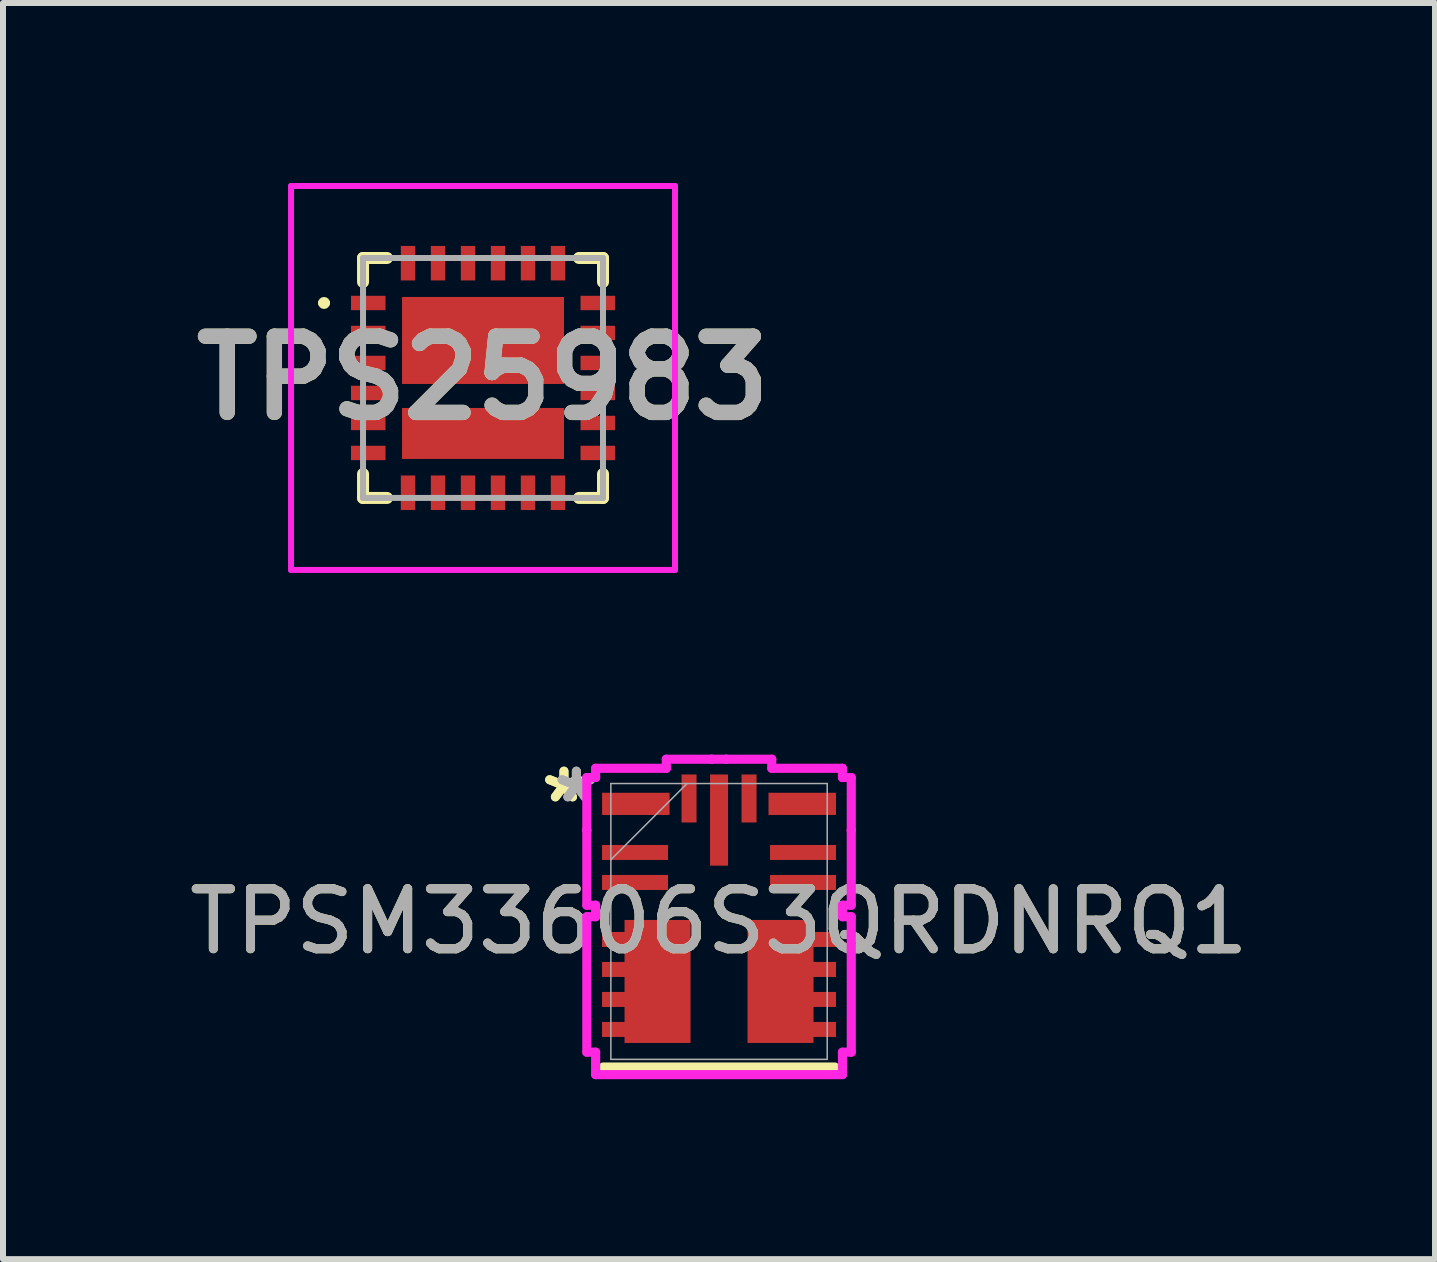
<source format=kicad_pcb>
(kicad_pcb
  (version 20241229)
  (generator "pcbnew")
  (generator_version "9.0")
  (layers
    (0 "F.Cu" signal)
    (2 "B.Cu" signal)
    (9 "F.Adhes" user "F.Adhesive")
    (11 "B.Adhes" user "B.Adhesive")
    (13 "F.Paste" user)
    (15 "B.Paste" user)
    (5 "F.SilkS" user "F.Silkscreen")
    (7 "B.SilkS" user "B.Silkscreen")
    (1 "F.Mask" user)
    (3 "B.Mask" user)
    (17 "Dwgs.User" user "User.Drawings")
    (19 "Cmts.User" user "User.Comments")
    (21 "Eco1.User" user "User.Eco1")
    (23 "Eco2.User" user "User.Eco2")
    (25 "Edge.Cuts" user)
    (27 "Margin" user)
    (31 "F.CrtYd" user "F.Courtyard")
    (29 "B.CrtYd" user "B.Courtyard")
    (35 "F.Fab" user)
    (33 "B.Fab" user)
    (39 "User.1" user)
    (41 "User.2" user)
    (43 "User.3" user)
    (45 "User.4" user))
  (footprint "TPSM33606S3QRDNRQ1"
    (layer "F.Cu")
    (at 8.935 12.309)
    (property "Reference" "TPSM33606S3QRDNRQ1" (at 0 0 0) (unlocked yes) (layer "F.SilkS") (effects (font (size 1 1) (thickness 0.15))))
    (attr smd)
    (fp_poly (pts (xy -1.95 0.175) (xy -1.95 0.425) (xy -1.575 0.425) (xy -1.575 0.675) (xy -1.95 0.675) (xy -1.95 0.925) (xy -1.575 0.925) (xy -1.575 1.175) (xy -1.95 1.175) (xy -1.95 1.425) (xy -1.575 1.425) (xy -1.575 1.675) (xy -1.95 1.675) (xy -1.95 1.925) (xy -1.575 1.925) (xy -1.575 2.025) (xy -0.475 2.025) (xy -0.475 -0.025) (xy -1.575 -0.025) (xy -1.575 0.175)) (stroke (width 0) (type solid)) (fill yes) (layer "F.Cu"))
    (fp_poly (pts (xy 1.95 0.175) (xy 1.95 0.425) (xy 1.575 0.425) (xy 1.575 0.675) (xy 1.95 0.675) (xy 1.95 0.925) (xy 1.575 0.925) (xy 1.575 1.175) (xy 1.95 1.175) (xy 1.95 1.425) (xy 1.575 1.425) (xy 1.575 1.675) (xy 1.95 1.675) (xy 1.95 1.925) (xy 1.575 1.925) (xy 1.575 2.025) (xy 0.475 2.025) (xy 0.475 -0.025) (xy 1.575 -0.025) (xy 1.575 0.175)) (stroke (width 0) (type solid)) (fill yes) (layer "F.Cu"))
    (fp_poly (pts (xy -1.95 0.175) (xy -1.95 0.425) (xy -1.575 0.425) (xy -1.575 0.675) (xy -1.95 0.675) (xy -1.95 0.925) (xy -1.575 0.925) (xy -1.575 1.175) (xy -1.95 1.175) (xy -1.95 1.425) (xy -1.575 1.425) (xy -1.575 1.675) (xy -1.95 1.675) (xy -1.95 1.925) (xy -1.575 1.925) (xy -1.575 2.025) (xy -0.475 2.025) (xy -0.475 -0.025) (xy -1.575 -0.025) (xy -1.575 0.175)) (stroke (width 0) (type solid)) (fill yes) (layer "F.Mask"))
    (fp_poly (pts (xy 1.95 0.175) (xy 1.95 0.425) (xy 1.575 0.425) (xy 1.575 0.675) (xy 1.95 0.675) (xy 1.95 0.925) (xy 1.575 0.925) (xy 1.575 1.175) (xy 1.95 1.175) (xy 1.95 1.425) (xy 1.575 1.425) (xy 1.575 1.675) (xy 1.95 1.675) (xy 1.95 1.925) (xy 1.575 1.925) (xy 1.575 2.025) (xy 0.475 2.025) (xy 0.475 -0.025) (xy 1.575 -0.025) (xy 1.575 0.175)) (stroke (width 0) (type solid)) (fill yes) (layer "F.Mask"))
    (fp_line (start 1.93 2.426) (end -1.93 2.426) (stroke (width 0.152) (type solid)) (layer "F.SilkS"))
    (fp_poly (pts (xy -1.95 0.175) (xy -1.95 0.425) (xy -1.575 0.425) (xy -1.575 0.675) (xy -1.95 0.675) (xy -1.95 0.925) (xy -1.575 0.925) (xy -1.575 1.175) (xy -1.95 1.175) (xy -1.95 1.425) (xy -1.575 1.425) (xy -1.575 1.675) (xy -1.95 1.675) (xy -1.95 1.925) (xy -1.575 1.925) (xy -1.575 2.025) (xy -0.475 2.025) (xy -0.475 -0.025) (xy -1.575 -0.025) (xy -1.575 0.175)) (stroke (width 0) (type solid)) (fill yes) (layer "F.Paste"))
    (fp_poly (pts (xy 1.95 0.175) (xy 1.95 0.425) (xy 1.575 0.425) (xy 1.575 0.675) (xy 1.95 0.675) (xy 1.95 0.925) (xy 1.575 0.925) (xy 1.575 1.175) (xy 1.95 1.175) (xy 1.95 1.425) (xy 1.575 1.425) (xy 1.575 1.675) (xy 1.95 1.675) (xy 1.95 1.925) (xy 1.575 1.925) (xy 1.575 2.025) (xy 0.475 2.025) (xy 0.475 -0.025) (xy 1.575 -0.025) (xy 1.575 0.175)) (stroke (width 0) (type solid)) (fill yes) (layer "F.Paste"))
    (fp_line (start -2.204 -2.399) (end -2.204 -1.521) (stroke (width 0.152) (type solid)) (layer "F.CrtYd"))
    (fp_line (start -2.204 -1.521) (end -2.204 -1.521) (stroke (width 0.152) (type solid)) (layer "F.CrtYd"))
    (fp_line (start -2.204 -1.521) (end -2.204 -0.271) (stroke (width 0.152) (type solid)) (layer "F.CrtYd"))
    (fp_line (start -2.204 -0.271) (end -2.057 -0.271) (stroke (width 0.152) (type solid)) (layer "F.CrtYd"))
    (fp_line (start -2.204 -0.079) (end -2.204 2.179) (stroke (width 0.152) (type solid)) (layer "F.CrtYd"))
    (fp_line (start -2.204 2.179) (end -2.057 2.179) (stroke (width 0.152) (type solid)) (layer "F.CrtYd"))
    (fp_line (start -2.057 -2.553) (end -2.057 -2.399) (stroke (width 0.152) (type solid)) (layer "F.CrtYd"))
    (fp_line (start -2.057 -2.399) (end -2.204 -2.399) (stroke (width 0.152) (type solid)) (layer "F.CrtYd"))
    (fp_line (start -2.057 -0.271) (end -2.057 -0.079) (stroke (width 0.152) (type solid)) (layer "F.CrtYd"))
    (fp_line (start -2.057 -0.079) (end -2.204 -0.079) (stroke (width 0.152) (type solid)) (layer "F.CrtYd"))
    (fp_line (start -2.057 2.179) (end -2.057 2.553) (stroke (width 0.152) (type solid)) (layer "F.CrtYd"))
    (fp_line (start -2.057 2.553) (end 2.057 2.553) (stroke (width 0.152) (type solid)) (layer "F.CrtYd"))
    (fp_line (start -0.879 -2.704) (end -0.879 -2.553) (stroke (width 0.152) (type solid)) (layer "F.CrtYd"))
    (fp_line (start -0.879 -2.553) (end -2.057 -2.553) (stroke (width 0.152) (type solid)) (layer "F.CrtYd"))
    (fp_line (start -0.121 -2.704) (end -0.879 -2.704) (stroke (width 0.152) (type solid)) (layer "F.CrtYd"))
    (fp_line (start -0.121 -2.704) (end -0.121 -2.704) (stroke (width 0.152) (type solid)) (layer "F.CrtYd"))
    (fp_line (start 0.121 -2.704) (end -0.121 -2.704) (stroke (width 0.152) (type solid)) (layer "F.CrtYd"))
    (fp_line (start 0.121 -2.704) (end 0.121 -2.704) (stroke (width 0.152) (type solid)) (layer "F.CrtYd"))
    (fp_line (start 0.879 -2.704) (end 0.121 -2.704) (stroke (width 0.152) (type solid)) (layer "F.CrtYd"))
    (fp_line (start 0.879 -2.553) (end 0.879 -2.704) (stroke (width 0.152) (type solid)) (layer "F.CrtYd"))
    (fp_line (start 2.057 -2.553) (end 0.879 -2.553) (stroke (width 0.152) (type solid)) (layer "F.CrtYd"))
    (fp_line (start 2.057 -2.399) (end 2.057 -2.553) (stroke (width 0.152) (type solid)) (layer "F.CrtYd"))
    (fp_line (start 2.057 -0.271) (end 2.204 -0.271) (stroke (width 0.152) (type solid)) (layer "F.CrtYd"))
    (fp_line (start 2.057 -0.079) (end 2.057 -0.271) (stroke (width 0.152) (type solid)) (layer "F.CrtYd"))
    (fp_line (start 2.057 2.179) (end 2.204 2.179) (stroke (width 0.152) (type solid)) (layer "F.CrtYd"))
    (fp_line (start 2.057 2.553) (end 2.057 2.179) (stroke (width 0.152) (type solid)) (layer "F.CrtYd"))
    (fp_line (start 2.204 -2.399) (end 2.057 -2.399) (stroke (width 0.152) (type solid)) (layer "F.CrtYd"))
    (fp_line (start 2.204 -1.521) (end 2.204 -2.399) (stroke (width 0.152) (type solid)) (layer "F.CrtYd"))
    (fp_line (start 2.204 -1.521) (end 2.204 -1.521) (stroke (width 0.152) (type solid)) (layer "F.CrtYd"))
    (fp_line (start 2.204 -0.271) (end 2.204 -1.521) (stroke (width 0.152) (type solid)) (layer "F.CrtYd"))
    (fp_line (start 2.204 -0.079) (end 2.057 -0.079) (stroke (width 0.152) (type solid)) (layer "F.CrtYd"))
    (fp_line (start 2.204 2.179) (end 2.204 -0.079) (stroke (width 0.152) (type solid)) (layer "F.CrtYd"))
    (fp_line (start -1.803 -2.299) (end -1.803 2.299) (stroke (width 0.025) (type solid)) (layer "F.Fab"))
    (fp_line (start -1.803 -1.029) (end -0.533 -2.299) (stroke (width 0.025) (type solid)) (layer "F.Fab"))
    (fp_line (start -1.803 2.299) (end 1.803 2.299) (stroke (width 0.025) (type solid)) (layer "F.Fab"))
    (fp_line (start 1.803 -2.299) (end -1.803 -2.299) (stroke (width 0.025) (type solid)) (layer "F.Fab"))
    (fp_line (start 1.803 2.299) (end 1.803 -2.299) (stroke (width 0.025) (type solid)) (layer "F.Fab"))
    (fp_text user "*" (at -2.585 -1.96 0) (unlocked yes) (layer "F.SilkS") (effects (font (size 1 1) (thickness 0.15))))
    (fp_text user "*" (at -2.585 -1.96 0) (layer "F.SilkS") (effects (font (size 1 1) (thickness 0.15))))
    (fp_text user "*" (at -2.378 -1.96 0) (layer "F.Fab") (effects (font (size 1 1) (thickness 0.15))))
    (fp_text user "*" (at -2.378 -1.96 0) (unlocked yes) (layer "F.Fab") (effects (font (size 1 1) (thickness 0.15))))
    (fp_text user "${REFERENCE}" (at 0 0 0) (unlocked yes) (layer "F.Fab") (effects (font (size 1 1) (thickness 0.15))))
    (pad "1" smd rect (at -1.387 -1.96) (size 1.125 0.37) (layers "F.Cu" "F.Mask" "F.Paste"))
    (pad "2" smd rect (at -1.4 -1.15) (size 1.1 0.25) (layers "F.Cu" "F.Mask" "F.Paste"))
    (pad "3" smd rect (at -1.4 -0.65) (size 1.1 0.25) (layers "F.Cu" "F.Mask" "F.Paste"))
    (pad "4" smd rect (at -1.4 1.05) (size 0.127 0.127) (layers "F.Cu" "F.Mask" "F.Paste"))
    (pad "5" smd rect (at 1.4 1.05) (size 0.127 0.127) (layers "F.Cu" "F.Mask" "F.Paste"))
    (pad "6" smd rect (at 1.4 -0.65) (size 1.1 0.25) (layers "F.Cu" "F.Mask" "F.Paste"))
    (pad "7" smd rect (at 1.4 -1.15) (size 1.1 0.25) (layers "F.Cu" "F.Mask" "F.Paste"))
    (pad "8" smd rect (at 1.387 -1.96) (size 1.125 0.37) (layers "F.Cu" "F.Mask" "F.Paste"))
    (pad "9" smd rect (at 0.5 -2.05) (size 0.25 0.8) (layers "F.Cu" "F.Mask" "F.Paste"))
    (pad "10" smd rect (at 0 -1.69) (size 0.3 1.52) (layers "F.Cu" "F.Mask" "F.Paste"))
    (pad "11" smd rect (at -0.5 -2.05) (size 0.25 0.8) (layers "F.Cu" "F.Mask" "F.Paste")))
  (footprint "TPS25983"
    (layer "F.Cu")
    (at 5.001 3.25)
    (property "Reference" "TPS25983" (at 0 0 0) (layer "F.SilkS") (effects (font (size 1.27 1.27) (thickness 0.254))))
    (attr smd)
    (fp_line (start -2.7 -1.25) (end -2.7 -1.25) (stroke (width 0.1) (type solid)) (layer "F.SilkS"))
    (fp_line (start -2.6 -1.25) (end -2.6 -1.25) (stroke (width 0.1) (type solid)) (layer "F.SilkS"))
    (fp_line (start -2 -2) (end -2 -1.6) (stroke (width 0.2) (type solid)) (layer "F.SilkS"))
    (fp_line (start -2 1.6) (end -2 2) (stroke (width 0.2) (type solid)) (layer "F.SilkS"))
    (fp_line (start -2 2) (end -1.6 2) (stroke (width 0.2) (type solid)) (layer "F.SilkS"))
    (fp_line (start -1.6 -2) (end -2 -2) (stroke (width 0.2) (type solid)) (layer "F.SilkS"))
    (fp_line (start 1.6 -2) (end 2 -2) (stroke (width 0.2) (type solid)) (layer "F.SilkS"))
    (fp_line (start 2 -2) (end 2 -1.6) (stroke (width 0.2) (type solid)) (layer "F.SilkS"))
    (fp_line (start 2 1.6) (end 2 2) (stroke (width 0.2) (type solid)) (layer "F.SilkS"))
    (fp_line (start 2 2) (end 1.6 2) (stroke (width 0.2) (type solid)) (layer "F.SilkS"))
    (fp_arc (start -2.7 -1.25) (mid -2.65 -1.3) (end -2.6 -1.25) (stroke (width 0.1) (type solid)) (layer "F.SilkS"))
    (fp_arc (start -2.6 -1.25) (mid -2.65 -1.2) (end -2.7 -1.25) (stroke (width 0.1) (type solid)) (layer "F.SilkS"))
    (fp_line (start -3.2 -3.2) (end 3.2 -3.2) (stroke (width 0.1) (type solid)) (layer "F.CrtYd"))
    (fp_line (start -3.2 3.2) (end -3.2 -3.2) (stroke (width 0.1) (type solid)) (layer "F.CrtYd"))
    (fp_line (start 3.2 -3.2) (end 3.2 3.2) (stroke (width 0.1) (type solid)) (layer "F.CrtYd"))
    (fp_line (start 3.2 3.2) (end -3.2 3.2) (stroke (width 0.1) (type solid)) (layer "F.CrtYd"))
    (fp_line (start -2 -2) (end 2 -2) (stroke (width 0.1) (type solid)) (layer "F.Fab"))
    (fp_line (start -2 2) (end -2 -2) (stroke (width 0.1) (type solid)) (layer "F.Fab"))
    (fp_line (start 2 -2) (end 2 2) (stroke (width 0.1) (type solid)) (layer "F.Fab"))
    (fp_line (start 2 2) (end -2 2) (stroke (width 0.1) (type solid)) (layer "F.Fab"))
    (fp_text user "${REFERENCE}" (at 0 0 0) (layer "F.Fab") (effects (font (size 1.27 1.27) (thickness 0.254))))
    (pad "1" smd rect (at -1.913 -1.25 90) (size 0.24 0.575) (layers "F.Cu" "F.Mask" "F.Paste"))
    (pad "2" smd rect (at -1.913 -0.75 90) (size 0.24 0.575) (layers "F.Cu" "F.Mask" "F.Paste"))
    (pad "3" smd rect (at -1.913 -0.25 90) (size 0.24 0.575) (layers "F.Cu" "F.Mask" "F.Paste"))
    (pad "4" smd rect (at -1.913 0.25 90) (size 0.24 0.575) (layers "F.Cu" "F.Mask" "F.Paste"))
    (pad "5" smd rect (at -1.913 0.75 90) (size 0.24 0.575) (layers "F.Cu" "F.Mask" "F.Paste"))
    (pad "6" smd rect (at -1.913 1.25 90) (size 0.24 0.575) (layers "F.Cu" "F.Mask" "F.Paste"))
    (pad "7" smd rect (at -1.25 1.913) (size 0.24 0.575) (layers "F.Cu" "F.Mask" "F.Paste"))
    (pad "8" smd rect (at -0.75 1.913) (size 0.24 0.575) (layers "F.Cu" "F.Mask" "F.Paste"))
    (pad "9" smd rect (at -0.25 1.913) (size 0.24 0.575) (layers "F.Cu" "F.Mask" "F.Paste"))
    (pad "10" smd rect (at 0.25 1.913) (size 0.24 0.575) (layers "F.Cu" "F.Mask" "F.Paste"))
    (pad "11" smd rect (at 0.75 1.913) (size 0.24 0.575) (layers "F.Cu" "F.Mask" "F.Paste"))
    (pad "12" smd rect (at 1.25 1.913) (size 0.24 0.575) (layers "F.Cu" "F.Mask" "F.Paste"))
    (pad "13" smd rect (at 1.913 1.25 90) (size 0.24 0.575) (layers "F.Cu" "F.Mask" "F.Paste"))
    (pad "14" smd rect (at 1.913 0.75 90) (size 0.24 0.575) (layers "F.Cu" "F.Mask" "F.Paste"))
    (pad "15" smd rect (at 1.913 0.25 90) (size 0.24 0.575) (layers "F.Cu" "F.Mask" "F.Paste"))
    (pad "16" smd rect (at 1.913 -0.25 90) (size 0.24 0.575) (layers "F.Cu" "F.Mask" "F.Paste"))
    (pad "17" smd rect (at 1.913 -0.75 90) (size 0.24 0.575) (layers "F.Cu" "F.Mask" "F.Paste"))
    (pad "18" smd rect (at 1.913 -1.25 90) (size 0.24 0.575) (layers "F.Cu" "F.Mask" "F.Paste"))
    (pad "19" smd rect (at 1.25 -1.913) (size 0.24 0.575) (layers "F.Cu" "F.Mask" "F.Paste"))
    (pad "20" smd rect (at 0.75 -1.913) (size 0.24 0.575) (layers "F.Cu" "F.Mask" "F.Paste"))
    (pad "21" smd rect (at 0.25 -1.913) (size 0.24 0.575) (layers "F.Cu" "F.Mask" "F.Paste"))
    (pad "22" smd rect (at -0.25 -1.913) (size 0.24 0.575) (layers "F.Cu" "F.Mask" "F.Paste"))
    (pad "23" smd rect (at -0.75 -1.913) (size 0.24 0.575) (layers "F.Cu" "F.Mask" "F.Paste"))
    (pad "24" smd rect (at -1.25 -1.913) (size 0.24 0.575) (layers "F.Cu" "F.Mask" "F.Paste"))
    (pad "25" smd rect (at 0 -0.625 90) (size 1.45 2.7) (layers "F.Cu" "F.Mask" "F.Paste"))
    (pad "26" smd rect (at 0 0.925 90) (size 0.85 2.7) (layers "F.Cu" "F.Mask" "F.Paste")))
  (gr_rect
    (start -3 -3)
    (end 20.869 17.938)
    (stroke (width 0.1) (type default))
    (fill no)
    (layer "Edge.Cuts")))
</source>
